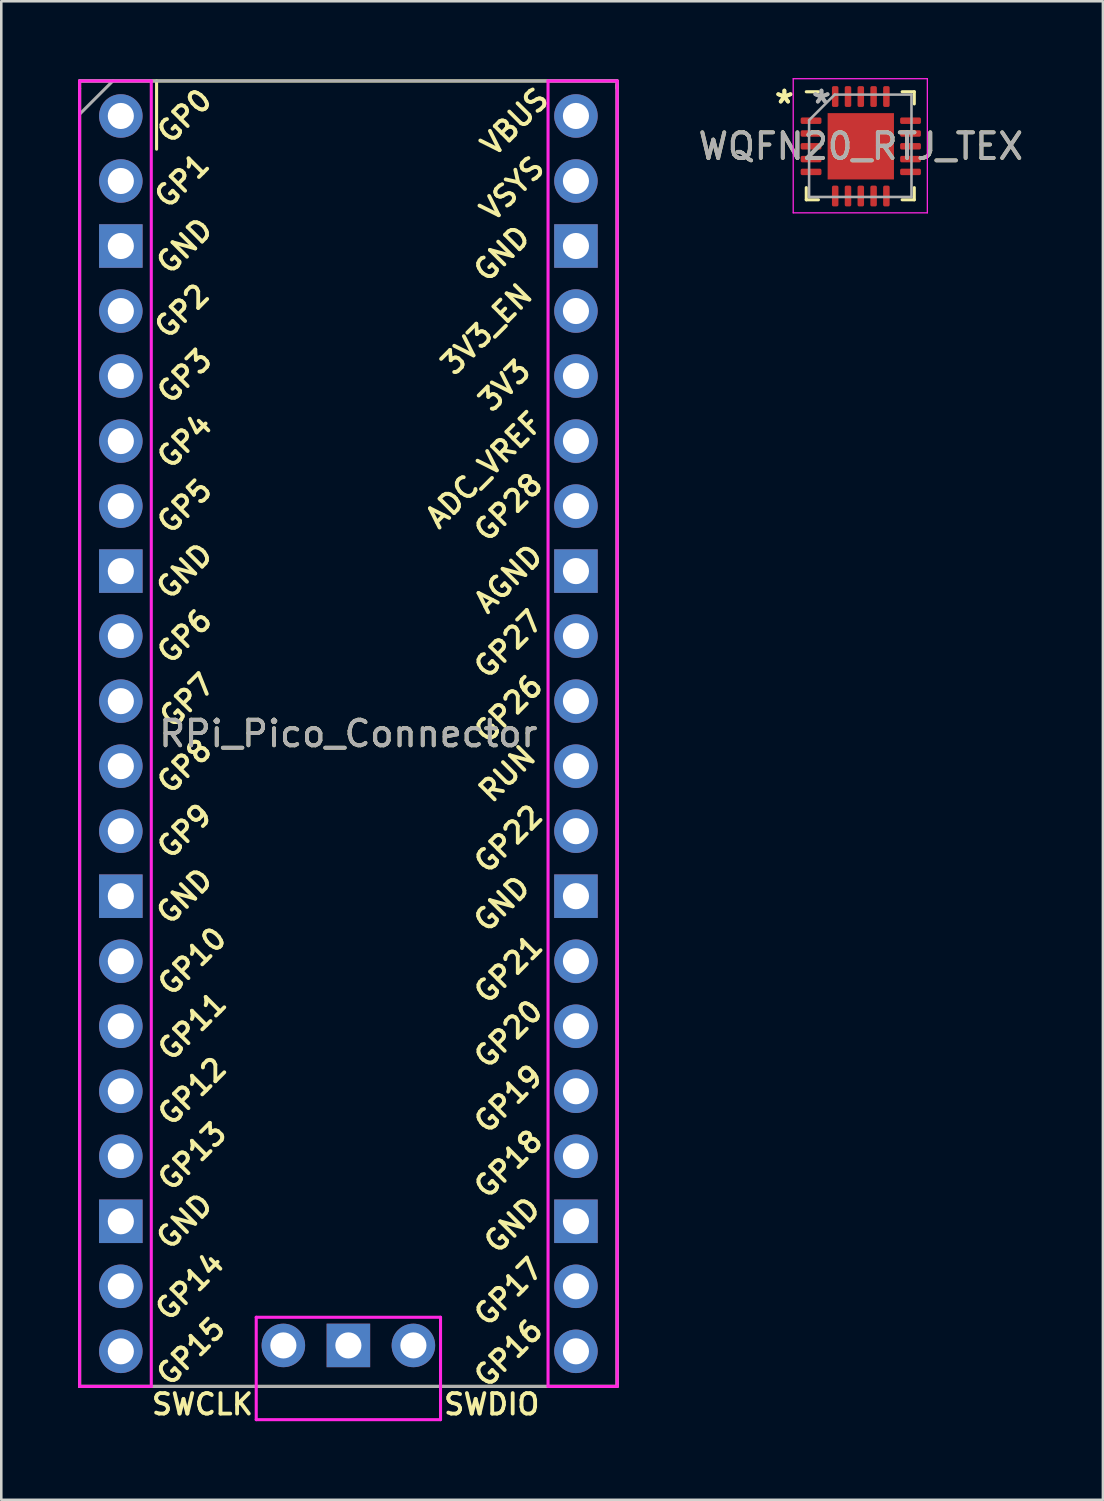
<source format=kicad_pcb>
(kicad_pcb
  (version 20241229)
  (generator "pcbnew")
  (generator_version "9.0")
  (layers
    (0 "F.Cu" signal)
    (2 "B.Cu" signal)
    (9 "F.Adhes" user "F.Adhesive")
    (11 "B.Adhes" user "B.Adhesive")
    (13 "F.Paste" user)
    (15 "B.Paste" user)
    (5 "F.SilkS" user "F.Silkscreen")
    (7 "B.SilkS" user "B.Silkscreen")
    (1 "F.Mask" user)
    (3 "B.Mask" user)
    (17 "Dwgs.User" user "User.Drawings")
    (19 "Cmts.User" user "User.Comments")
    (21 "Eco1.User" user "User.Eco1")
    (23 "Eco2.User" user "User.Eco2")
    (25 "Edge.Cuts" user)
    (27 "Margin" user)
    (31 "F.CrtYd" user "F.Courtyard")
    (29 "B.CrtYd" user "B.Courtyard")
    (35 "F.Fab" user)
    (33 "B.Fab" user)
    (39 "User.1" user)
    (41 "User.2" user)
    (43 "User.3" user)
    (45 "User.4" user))
  (footprint "RPi_Pico_Connector"
    (layer "F.Cu")
    (at 10.56 25.611)
    (property "Reference" "RPi_Pico_Connector" (at 0 0 0) (layer "F.SilkS") (effects (font (size 1 1) (thickness 0.15))))
    (attr through_hole)
    (fp_line (start -10.5 -25.5) (end -10.5 -25.2) (stroke (width 0.12) (type solid)) (layer "F.SilkS"))
    (fp_line (start -10.5 -25.5) (end 10.5 -25.5) (stroke (width 0.12) (type solid)) (layer "F.SilkS"))
    (fp_line (start -10.5 -25.2) (end -10.5 25.5) (stroke (width 0.12) (type solid)) (layer "F.SilkS"))
    (fp_line (start -7.493 -22.833) (end -7.493 -25.5) (stroke (width 0.12) (type solid)) (layer "F.SilkS"))
    (fp_line (start -3.7 25.5) (end -10.5 25.5) (stroke (width 0.12) (type solid)) (layer "F.SilkS"))
    (fp_line (start 3.7 25.5) (end -3.7 25.5) (stroke (width 0.12) (type solid)) (layer "F.SilkS"))
    (fp_line (start 10.5 -25.5) (end 10.5 -25.2) (stroke (width 0.12) (type solid)) (layer "F.SilkS"))
    (fp_line (start 10.5 25.5) (end 3.7 25.5) (stroke (width 0.12) (type solid)) (layer "F.SilkS"))
    (fp_line (start 10.5 25.5) (end 10.5 -25.35) (stroke (width 0.12) (type solid)) (layer "F.SilkS"))
    (fp_line (start -10.5 -25.5) (end -7.7 -25.5) (stroke (width 0.12) (type solid)) (layer "F.CrtYd"))
    (fp_line (start -10.5 25.5) (end -10.5 -25.5) (stroke (width 0.12) (type solid)) (layer "F.CrtYd"))
    (fp_line (start -7.7 -25.5) (end -7.7 25.5) (stroke (width 0.12) (type solid)) (layer "F.CrtYd"))
    (fp_line (start -7.7 25.5) (end -10.5 25.5) (stroke (width 0.12) (type solid)) (layer "F.CrtYd"))
    (fp_line (start -3.6 22.8) (end 3.6 22.8) (stroke (width 0.12) (type solid)) (layer "F.CrtYd"))
    (fp_line (start -3.6 26.8) (end -3.6 22.8) (stroke (width 0.12) (type solid)) (layer "F.CrtYd"))
    (fp_line (start 3.6 26.8) (end -3.6 26.8) (stroke (width 0.12) (type solid)) (layer "F.CrtYd"))
    (fp_line (start 3.6 26.8) (end 3.6 22.8) (stroke (width 0.12) (type solid)) (layer "F.CrtYd"))
    (fp_line (start 7.8 -25.5) (end 7.8 25.5) (stroke (width 0.12) (type solid)) (layer "F.CrtYd"))
    (fp_line (start 7.8 -25.5) (end 10.5 -25.5) (stroke (width 0.12) (type solid)) (layer "F.CrtYd"))
    (fp_line (start 7.8 25.5) (end 10.5 25.5) (stroke (width 0.12) (type solid)) (layer "F.CrtYd"))
    (fp_line (start 10.5 -25.5) (end 10.5 25.5) (stroke (width 0.12) (type solid)) (layer "F.CrtYd"))
    (fp_line (start -10.5 -25.5) (end 10.5 -25.5) (stroke (width 0.12) (type solid)) (layer "F.Fab"))
    (fp_line (start -10.5 -24.2) (end -9.2 -25.5) (stroke (width 0.12) (type solid)) (layer "F.Fab"))
    (fp_line (start -10.5 25.5) (end -10.5 -25.5) (stroke (width 0.1) (type solid)) (layer "F.Fab"))
    (fp_line (start 10.5 -25.5) (end 10.5 25.5) (stroke (width 0.12) (type solid)) (layer "F.Fab"))
    (fp_line (start 10.5 25.5) (end -10.5 25.5) (stroke (width 0.12) (type solid)) (layer "F.Fab"))
    (fp_text user "GP5" (at -6.4 -8.89 45) (layer "F.SilkS") (effects (font (size 0.8 0.8) (thickness 0.15))))
    (fp_text user "GP27" (at 6.254 -3.5 45) (layer "F.SilkS") (effects (font (size 0.8 0.8) (thickness 0.15))))
    (fp_text user "GP8" (at -6.4 1.27 45) (layer "F.SilkS") (effects (font (size 0.8 0.8) (thickness 0.15))))
    (fp_text user "GP21" (at 6.254 9.2 45) (layer "F.SilkS") (effects (font (size 0.8 0.8) (thickness 0.15))))
    (fp_text user "GP13" (at -6.1 16.51 45) (layer "F.SilkS") (effects (font (size 0.8 0.8) (thickness 0.15))))
    (fp_text user "GP28" (at 6.254 -8.844 45) (layer "F.SilkS") (effects (font (size 0.8 0.8) (thickness 0.15))))
    (fp_text user "GP9" (at -6.4 3.81 45) (layer "F.SilkS") (effects (font (size 0.8 0.8) (thickness 0.15))))
    (fp_text user "3V3" (at 6.1 -13.6 45) (layer "F.SilkS") (effects (font (size 0.8 0.8) (thickness 0.15))))
    (fp_text user "GP4" (at -6.4 -11.43 45) (layer "F.SilkS") (effects (font (size 0.8 0.8) (thickness 0.15))))
    (fp_text user "GP6" (at -6.4 -3.81 45) (layer "F.SilkS") (effects (font (size 0.8 0.8) (thickness 0.15))))
    (fp_text user "GP17" (at 6.254 21.8 45) (layer "F.SilkS") (effects (font (size 0.8 0.8) (thickness 0.15))))
    (fp_text user "GP16" (at 6.254 24.2 45) (layer "F.SilkS") (effects (font (size 0.8 0.8) (thickness 0.15))))
    (fp_text user "GP0" (at -6.4 -24.13 45) (layer "F.SilkS") (effects (font (size 0.8 0.8) (thickness 0.15))))
    (fp_text user "GND" (at 6 -18.75 45) (layer "F.SilkS") (effects (font (size 0.8 0.8) (thickness 0.15))))
    (fp_text user "RUN" (at 6.2 1.57 45) (layer "F.SilkS") (effects (font (size 0.8 0.8) (thickness 0.15))))
    (fp_text user "GND" (at -6.4 19.05 45) (layer "F.SilkS") (effects (font (size 0.8 0.8) (thickness 0.15))))
    (fp_text user "SWCLK" (at -5.7 26.2 0) (layer "F.SilkS") (effects (font (size 0.8 0.8) (thickness 0.15))))
    (fp_text user "SWDIO" (at 5.6 26.2 0) (layer "F.SilkS") (effects (font (size 0.8 0.8) (thickness 0.15))))
    (fp_text user "GP7" (at -6.3 -1.3 45) (layer "F.SilkS") (effects (font (size 0.8 0.8) (thickness 0.15))))
    (fp_text user "VSYS" (at 6.4 -21.29 45) (layer "F.SilkS") (effects (font (size 0.8 0.8) (thickness 0.15))))
    (fp_text user "GP11" (at -6.1 11.43 45) (layer "F.SilkS") (effects (font (size 0.8 0.8) (thickness 0.15))))
    (fp_text user "GP2" (at -6.5 -16.51 45) (layer "F.SilkS") (effects (font (size 0.8 0.8) (thickness 0.15))))
    (fp_text user "GP19" (at 6.254 14.27 45) (layer "F.SilkS") (effects (font (size 0.8 0.8) (thickness 0.15))))
    (fp_text user "ADC_VREF" (at 5.3 -10.3 45) (layer "F.SilkS") (effects (font (size 0.8 0.8) (thickness 0.15))))
    (fp_text user "GP12" (at -6.1 13.97 45) (layer "F.SilkS") (effects (font (size 0.8 0.8) (thickness 0.15))))
    (fp_text user "GND" (at 6 6.65 45) (layer "F.SilkS") (effects (font (size 0.8 0.8) (thickness 0.15))))
    (fp_text user "GP22" (at 6.254 4.11 45) (layer "F.SilkS") (effects (font (size 0.8 0.8) (thickness 0.15))))
    (fp_text user "GP14" (at -6.2 21.59 45) (layer "F.SilkS") (effects (font (size 0.8 0.8) (thickness 0.15))))
    (fp_text user "GP18" (at 6.254 16.81 45) (layer "F.SilkS") (effects (font (size 0.8 0.8) (thickness 0.15))))
    (fp_text user "GND" (at -6.4 -19.05 45) (layer "F.SilkS") (effects (font (size 0.8 0.8) (thickness 0.15))))
    (fp_text user "GP3" (at -6.4 -13.97 45) (layer "F.SilkS") (effects (font (size 0.8 0.8) (thickness 0.15))))
    (fp_text user "GND" (at -6.4 -6.35 45) (layer "F.SilkS") (effects (font (size 0.8 0.8) (thickness 0.15))))
    (fp_text user "VBUS" (at 6.5 -23.9 45) (layer "F.SilkS") (effects (font (size 0.8 0.8) (thickness 0.15))))
    (fp_text user "GP15" (at -6.154 24.13 45) (layer "F.SilkS") (effects (font (size 0.8 0.8) (thickness 0.15))))
    (fp_text user "GND" (at -6.4 6.35 45) (layer "F.SilkS") (effects (font (size 0.8 0.8) (thickness 0.15))))
    (fp_text user "AGND" (at 6.254 -6.05 45) (layer "F.SilkS") (effects (font (size 0.8 0.8) (thickness 0.15))))
    (fp_text user "3V3_EN" (at 5.4 -15.8 45) (layer "F.SilkS") (effects (font (size 0.8 0.8) (thickness 0.15))))
    (fp_text user "GP26" (at 6.254 -0.97 45) (layer "F.SilkS") (effects (font (size 0.8 0.8) (thickness 0.15))))
    (fp_text user "GND" (at 6.4 19.2 45) (layer "F.SilkS") (effects (font (size 0.8 0.8) (thickness 0.15))))
    (fp_text user "GP1" (at -6.5 -21.6 45) (layer "F.SilkS") (effects (font (size 0.8 0.8) (thickness 0.15))))
    (fp_text user "GP10" (at -6.1 8.89 45) (layer "F.SilkS") (effects (font (size 0.8 0.8) (thickness 0.15))))
    (fp_text user "GP20" (at 6.254 11.73 45) (layer "F.SilkS") (effects (font (size 0.8 0.8) (thickness 0.15))))
    (fp_text user "${REFERENCE}" (at 0 0 180) (layer "F.Fab") (effects (font (size 1 1) (thickness 0.15))))
    (pad "1" thru_hole oval (at -8.89 -24.13) (size 1.7 1.7) (drill 1.02) (layers "*.Cu" "*.Mask"))
    (pad "2" thru_hole oval (at -8.89 -21.59) (size 1.7 1.7) (drill 1.02) (layers "*.Cu" "*.Mask"))
    (pad "3" thru_hole rect (at -8.89 -19.05) (size 1.7 1.7) (drill 1.02) (layers "*.Cu" "*.Mask"))
    (pad "4" thru_hole oval (at -8.89 -16.51) (size 1.7 1.7) (drill 1.02) (layers "*.Cu" "*.Mask"))
    (pad "5" thru_hole oval (at -8.89 -13.97) (size 1.7 1.7) (drill 1.02) (layers "*.Cu" "*.Mask"))
    (pad "6" thru_hole oval (at -8.89 -11.43) (size 1.7 1.7) (drill 1.02) (layers "*.Cu" "*.Mask"))
    (pad "7" thru_hole oval (at -8.89 -8.89) (size 1.7 1.7) (drill 1.02) (layers "*.Cu" "*.Mask"))
    (pad "8" thru_hole rect (at -8.89 -6.35) (size 1.7 1.7) (drill 1.02) (layers "*.Cu" "*.Mask"))
    (pad "9" thru_hole oval (at -8.89 -3.81) (size 1.7 1.7) (drill 1.02) (layers "*.Cu" "*.Mask"))
    (pad "10" thru_hole oval (at -8.89 -1.27) (size 1.7 1.7) (drill 1.02) (layers "*.Cu" "*.Mask"))
    (pad "11" thru_hole oval (at -8.89 1.27) (size 1.7 1.7) (drill 1.02) (layers "*.Cu" "*.Mask"))
    (pad "12" thru_hole oval (at -8.89 3.81) (size 1.7 1.7) (drill 1.02) (layers "*.Cu" "*.Mask"))
    (pad "13" thru_hole rect (at -8.89 6.35) (size 1.7 1.7) (drill 1.02) (layers "*.Cu" "*.Mask"))
    (pad "14" thru_hole oval (at -8.89 8.89) (size 1.7 1.7) (drill 1.02) (layers "*.Cu" "*.Mask"))
    (pad "15" thru_hole oval (at -8.89 11.43) (size 1.7 1.7) (drill 1.02) (layers "*.Cu" "*.Mask"))
    (pad "16" thru_hole oval (at -8.89 13.97) (size 1.7 1.7) (drill 1.02) (layers "*.Cu" "*.Mask"))
    (pad "17" thru_hole oval (at -8.89 16.51) (size 1.7 1.7) (drill 1.02) (layers "*.Cu" "*.Mask"))
    (pad "18" thru_hole rect (at -8.89 19.05) (size 1.7 1.7) (drill 1.02) (layers "*.Cu" "*.Mask"))
    (pad "19" thru_hole oval (at -8.89 21.59) (size 1.7 1.7) (drill 1.02) (layers "*.Cu" "*.Mask"))
    (pad "20" thru_hole oval (at -8.89 24.13) (size 1.7 1.7) (drill 1.02) (layers "*.Cu" "*.Mask"))
    (pad "21" thru_hole oval (at 8.89 24.13) (size 1.7 1.7) (drill 1.02) (layers "*.Cu" "*.Mask"))
    (pad "22" thru_hole oval (at 8.89 21.59) (size 1.7 1.7) (drill 1.02) (layers "*.Cu" "*.Mask"))
    (pad "23" thru_hole rect (at 8.89 19.05) (size 1.7 1.7) (drill 1.02) (layers "*.Cu" "*.Mask"))
    (pad "24" thru_hole oval (at 8.89 16.51) (size 1.7 1.7) (drill 1.02) (layers "*.Cu" "*.Mask"))
    (pad "25" thru_hole oval (at 8.89 13.97) (size 1.7 1.7) (drill 1.02) (layers "*.Cu" "*.Mask"))
    (pad "26" thru_hole oval (at 8.89 11.43) (size 1.7 1.7) (drill 1.02) (layers "*.Cu" "*.Mask"))
    (pad "27" thru_hole oval (at 8.89 8.89) (size 1.7 1.7) (drill 1.02) (layers "*.Cu" "*.Mask"))
    (pad "28" thru_hole rect (at 8.89 6.35) (size 1.7 1.7) (drill 1.02) (layers "*.Cu" "*.Mask"))
    (pad "29" thru_hole oval (at 8.89 3.81) (size 1.7 1.7) (drill 1.02) (layers "*.Cu" "*.Mask"))
    (pad "30" thru_hole oval (at 8.89 1.27) (size 1.7 1.7) (drill 1.02) (layers "*.Cu" "*.Mask"))
    (pad "31" thru_hole oval (at 8.89 -1.27) (size 1.7 1.7) (drill 1.02) (layers "*.Cu" "*.Mask"))
    (pad "32" thru_hole oval (at 8.89 -3.81) (size 1.7 1.7) (drill 1.02) (layers "*.Cu" "*.Mask"))
    (pad "33" thru_hole rect (at 8.89 -6.35) (size 1.7 1.7) (drill 1.02) (layers "*.Cu" "*.Mask"))
    (pad "34" thru_hole oval (at 8.89 -8.89) (size 1.7 1.7) (drill 1.02) (layers "*.Cu" "*.Mask"))
    (pad "35" thru_hole oval (at 8.89 -11.43) (size 1.7 1.7) (drill 1.02) (layers "*.Cu" "*.Mask"))
    (pad "36" thru_hole oval (at 8.89 -13.97) (size 1.7 1.7) (drill 1.02) (layers "*.Cu" "*.Mask"))
    (pad "37" thru_hole oval (at 8.89 -16.51) (size 1.7 1.7) (drill 1.02) (layers "*.Cu" "*.Mask"))
    (pad "38" thru_hole rect (at 8.89 -19.05) (size 1.7 1.7) (drill 1.02) (layers "*.Cu" "*.Mask"))
    (pad "39" thru_hole oval (at 8.89 -21.59) (size 1.7 1.7) (drill 1.02) (layers "*.Cu" "*.Mask"))
    (pad "40" thru_hole oval (at 8.89 -24.13) (size 1.7 1.7) (drill 1.02) (layers "*.Cu" "*.Mask"))
    (pad "41" thru_hole oval (at -2.54 23.9) (size 1.7 1.7) (drill 1.02) (layers "*.Cu" "*.Mask"))
    (pad "42" thru_hole rect (at 0 23.9) (size 1.7 1.7) (drill 1.02) (layers "*.Cu" "*.Mask"))
    (pad "43" thru_hole oval (at 2.54 23.9) (size 1.7 1.7) (drill 1.02) (layers "*.Cu" "*.Mask")))
  (footprint "WQFN20_RTJ_TEX"
    (layer "F.Cu")
    (at 30.578 2.665)
    (property "Reference" "WQFN20_RTJ_TEX" (at 0 0 0) (unlocked yes) (layer "F.SilkS") (effects (font (size 1 1) (thickness 0.15))))
    (attr smd)
    (fp_line (start -2.13 2.09) (end -2.13 1.615) (stroke (width 0.12) (type solid)) (layer "F.SilkS"))
    (fp_line (start -1.655 -2.13) (end -2.13 -2.13) (stroke (width 0.12) (type solid)) (layer "F.SilkS"))
    (fp_line (start -1.655 2.09) (end -2.13 2.09) (stroke (width 0.12) (type solid)) (layer "F.SilkS"))
    (fp_line (start 1.615 -2.13) (end 2.09 -2.13) (stroke (width 0.12) (type solid)) (layer "F.SilkS"))
    (fp_line (start 1.615 2.09) (end 2.09 2.09) (stroke (width 0.12) (type solid)) (layer "F.SilkS"))
    (fp_line (start 2.09 -2.13) (end 2.09 -1.655) (stroke (width 0.12) (type solid)) (layer "F.SilkS"))
    (fp_line (start 2.09 2.09) (end 2.09 1.615) (stroke (width 0.12) (type solid)) (layer "F.SilkS"))
    (fp_line (start -2.64 -2.64) (end -2.64 2.6) (stroke (width 0.05) (type solid)) (layer "F.CrtYd"))
    (fp_line (start -2.64 2.6) (end 2.6 2.6) (stroke (width 0.05) (type solid)) (layer "F.CrtYd"))
    (fp_line (start 2.6 -2.64) (end -2.64 -2.64) (stroke (width 0.05) (type solid)) (layer "F.CrtYd"))
    (fp_line (start 2.6 2.6) (end 2.6 -2.64) (stroke (width 0.05) (type solid)) (layer "F.CrtYd"))
    (fp_line (start -2.02 -1.02) (end -1.02 -2.02) (stroke (width 0.1) (type solid)) (layer "F.Fab"))
    (fp_line (start -2.02 1.98) (end -2.02 -1.02) (stroke (width 0.1) (type solid)) (layer "F.Fab"))
    (fp_line (start -1.02 -2.02) (end 1.98 -2.02) (stroke (width 0.1) (type solid)) (layer "F.Fab"))
    (fp_line (start 1.98 -2.02) (end 1.98 1.98) (stroke (width 0.1) (type solid)) (layer "F.Fab"))
    (fp_line (start 1.98 1.98) (end -2.02 1.98) (stroke (width 0.1) (type solid)) (layer "F.Fab"))
    (fp_text user "*" (at -2.985 -1.631 0) (unlocked yes) (layer "F.SilkS") (effects (font (size 1 1) (thickness 0.15))))
    (fp_text user "*" (at -2.985 -1.631 0) (layer "F.SilkS") (effects (font (size 1 1) (thickness 0.15))))
    (fp_text user "${REFERENCE}" (at 0 0 0) (unlocked yes) (layer "F.Fab") (effects (font (size 1 1) (thickness 0.15))))
    (fp_text user "*" (at -1.537 -1.631 0) (unlocked yes) (layer "F.Fab") (effects (font (size 1 1) (thickness 0.15))))
    (fp_text user "*" (at -1.537 -1.631 0) (layer "F.Fab") (effects (font (size 1 1) (thickness 0.15))))
    (pad "1" smd roundrect (at -1.943 -1 90) (size 0.254 0.813) (layers "F.Cu" "F.Mask" "F.Paste") (roundrect_rratio 0.25))
    (pad "2" smd roundrect (at -1.943 -0.5 90) (size 0.254 0.813) (layers "F.Cu" "F.Mask" "F.Paste") (roundrect_rratio 0.25))
    (pad "3" smd roundrect (at -1.943 0 90) (size 0.254 0.813) (layers "F.Cu" "F.Mask" "F.Paste") (roundrect_rratio 0.25))
    (pad "4" smd roundrect (at -1.943 0.5 90) (size 0.254 0.813) (layers "F.Cu" "F.Mask" "F.Paste") (roundrect_rratio 0.25))
    (pad "5" smd roundrect (at -1.943 1 90) (size 0.254 0.813) (layers "F.Cu" "F.Mask" "F.Paste") (roundrect_rratio 0.25))
    (pad "6" smd roundrect (at -1 1.943) (size 0.254 0.813) (layers "F.Cu" "F.Mask" "F.Paste") (roundrect_rratio 0.25))
    (pad "7" smd roundrect (at -0.5 1.943) (size 0.254 0.813) (layers "F.Cu" "F.Mask" "F.Paste") (roundrect_rratio 0.25))
    (pad "8" smd roundrect (at 0 1.943) (size 0.254 0.813) (layers "F.Cu" "F.Mask" "F.Paste") (roundrect_rratio 0.25))
    (pad "9" smd roundrect (at 0.5 1.943) (size 0.254 0.813) (layers "F.Cu" "F.Mask" "F.Paste") (roundrect_rratio 0.25))
    (pad "10" smd roundrect (at 1 1.943) (size 0.254 0.813) (layers "F.Cu" "F.Mask" "F.Paste") (roundrect_rratio 0.25))
    (pad "11" smd roundrect (at 1.943 1 90) (size 0.254 0.813) (layers "F.Cu" "F.Mask" "F.Paste") (roundrect_rratio 0.25))
    (pad "12" smd roundrect (at 1.943 0.5 90) (size 0.254 0.813) (layers "F.Cu" "F.Mask" "F.Paste") (roundrect_rratio 0.25))
    (pad "13" smd roundrect (at 1.943 0 90) (size 0.254 0.813) (layers "F.Cu" "F.Mask" "F.Paste") (roundrect_rratio 0.25))
    (pad "14" smd roundrect (at 1.943 -0.5 90) (size 0.254 0.813) (layers "F.Cu" "F.Mask" "F.Paste") (roundrect_rratio 0.25))
    (pad "15" smd roundrect (at 1.943 -1 90) (size 0.254 0.813) (layers "F.Cu" "F.Mask" "F.Paste") (roundrect_rratio 0.25))
    (pad "16" smd roundrect (at 1 -1.943) (size 0.254 0.813) (layers "F.Cu" "F.Mask" "F.Paste") (roundrect_rratio 0.25))
    (pad "17" smd roundrect (at 0.5 -1.943) (size 0.254 0.813) (layers "F.Cu" "F.Mask" "F.Paste") (roundrect_rratio 0.25))
    (pad "18" smd roundrect (at 0 -1.943) (size 0.254 0.813) (layers "F.Cu" "F.Mask" "F.Paste") (roundrect_rratio 0.25))
    (pad "19" smd roundrect (at -0.5 -1.943) (size 0.254 0.813) (layers "F.Cu" "F.Mask" "F.Paste") (roundrect_rratio 0.25))
    (pad "20" smd roundrect (at -1 -1.943) (size 0.254 0.813) (layers "F.Cu" "F.Mask" "F.Paste") (roundrect_rratio 0.25))
    (pad "21" smd rect (at 0 0) (size 2.591 2.591) (layers "F.Cu" "F.Mask" "F.Paste")))
  (gr_rect
    (start -3 -3)
    (end 40.037 55.542)
    (stroke (width 0.1) (type default))
    (fill no)
    (layer "Edge.Cuts")))
</source>
